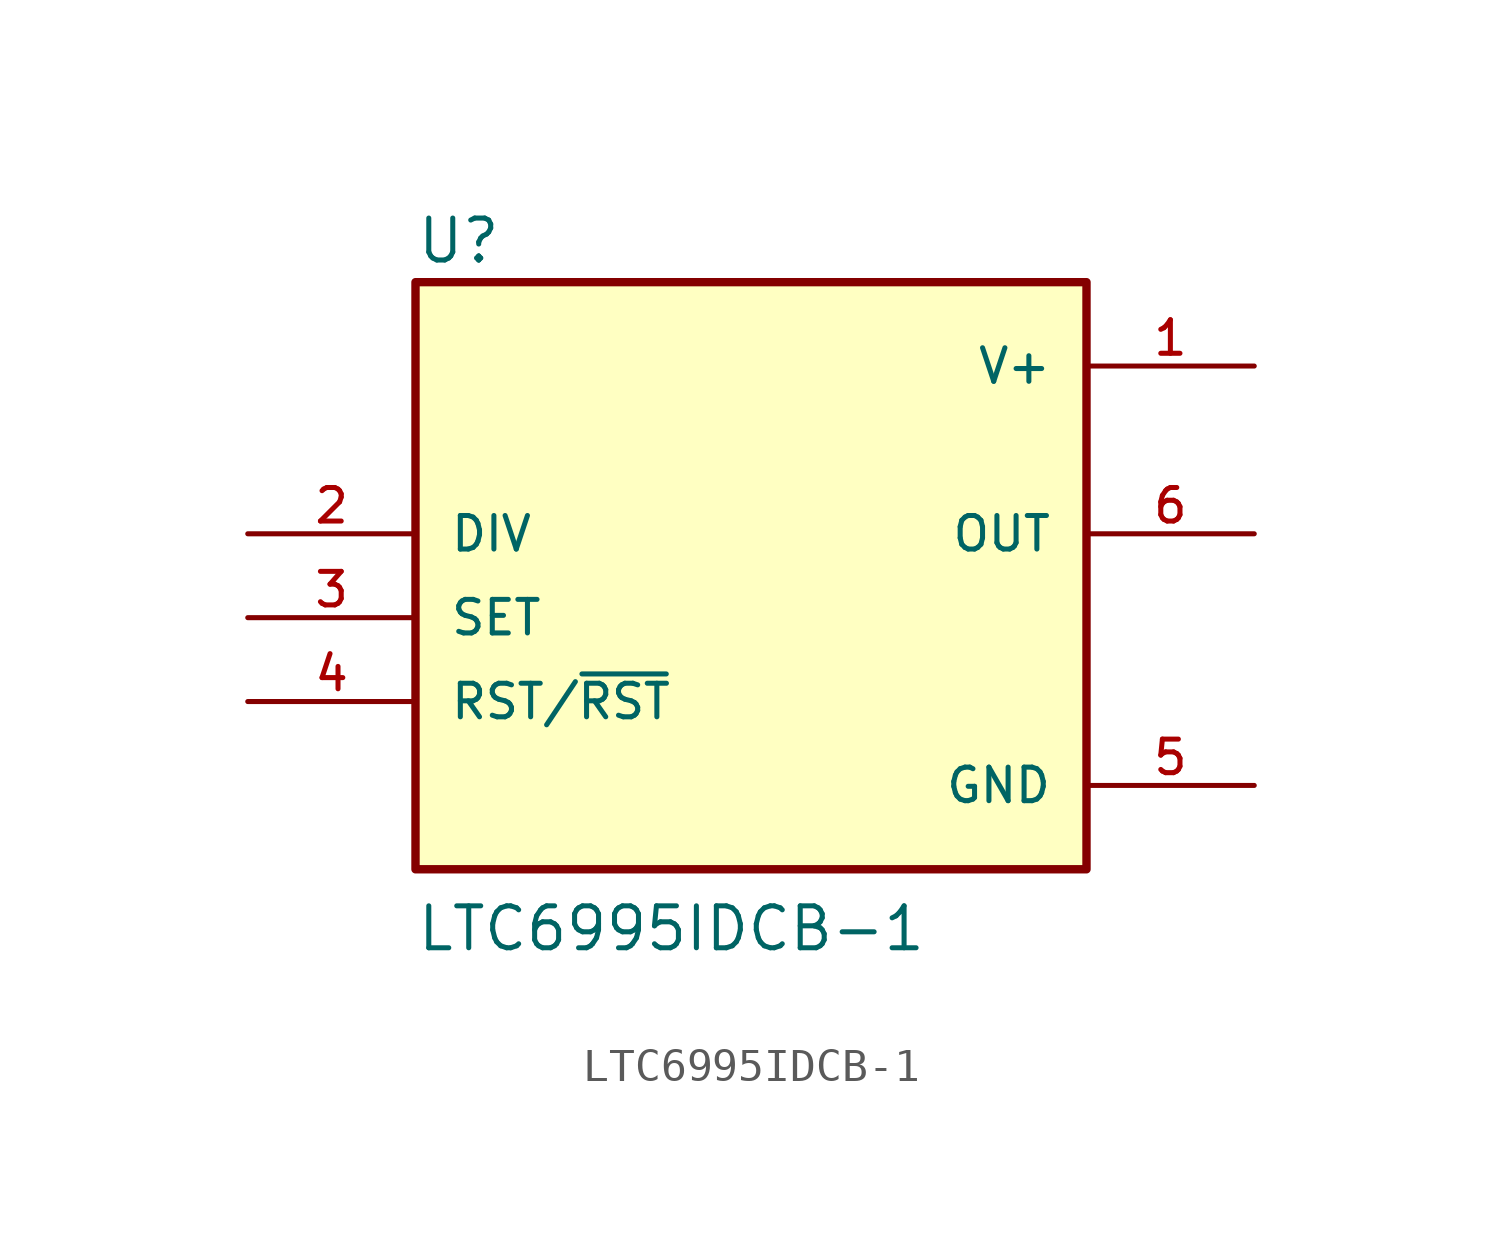
<source format=kicad_sym>
(kicad_symbol_lib
  (version 20231120)
  (generator "kicad_symbol_editor")
  (generator_version "8.0")
  (symbol "LTC6995IDCB-1"
    (pin_names
      (offset 1.016))
    (property "Reference" "U"
      (at -10.16 8.128 0)
      (effects (font (size 1.27 1.27)) (justify left bottom)))
    (property "Value" "LTC6995IDCB-1"
      (at -10.16 -12.7 0)
      (effects (font (size 1.27 1.27)) (justify left bottom)))
    (symbol "LTC6995IDCB-1_0_0"
      (rectangle (start -10.16 7.62) (end 10.16 -10.16) (stroke (width 0.254) (type default)) (fill (type background)))
      (pin input line (at -15.24 -2.54 0) (length 5.08) (name "SET" (effects (font (size 1.016 1.016)))) (number "3" (effects (font (size 1.016 1.016)))))
      (pin output line (at 15.24 0 180) (length 5.08) (name "OUT" (effects (font (size 1.016 1.016)))) (number "6" (effects (font (size 1.016 1.016))))))
    (symbol "LTC6995IDCB-1_1_0"
      (pin passive line (at 15.24 5.08 180) (length 5.08) (name "V+" (effects (font (size 1.016 1.016)))) (number "1" (effects (font (size 1.016 1.016)))))
      (pin input line (at -15.24 0 0) (length 5.08) (name "DIV" (effects (font (size 1.016 1.016)))) (number "2" (effects (font (size 1.016 1.016)))))
      (pin input line (at -15.24 -5.08 0) (length 5.08) (name "RST/~{RST}" (effects (font (size 1.016 1.016)))) (number "4" (effects (font (size 1.016 1.016)))))
      (pin passive line (at 15.24 -7.62 180) (length 5.08) (name "GND" (effects (font (size 1.016 1.016)))) (number "5" (effects (font (size 1.016 1.016)))))
      (pin passive line (at 15.24 -7.62 180) (length 5.08) hide (name "GND" (effects (font (size 1.016 1.016)))) (number "7" (effects (font (size 1.016 1.016))))))))
</source>
